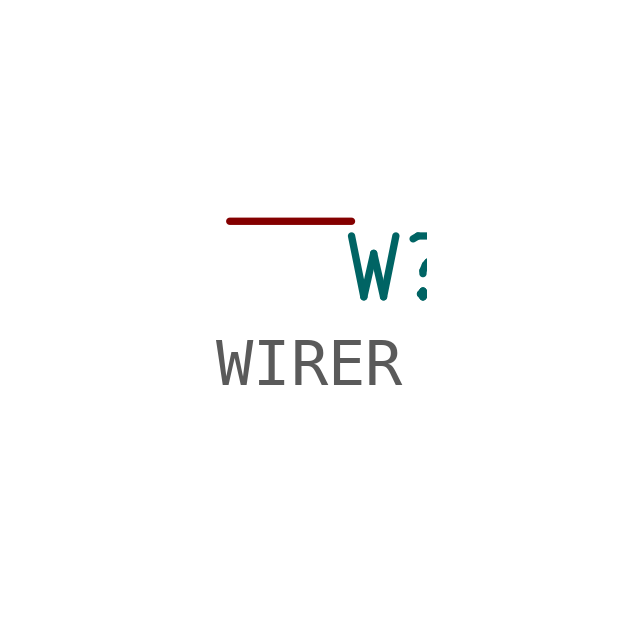
<source format=kicad_sym>
(kicad_symbol_lib
  (version 20211014)
  (generator kicad_symbol_editor)
  (symbol "WIRER"
    (property "Reference" "W"
      (at 2.286 -0.254 0)
      (effects (font (size 1.27 1.079)) (justify left top)))
    (property "ki_locked" ""
      (at 0 0 0)
      (effects (font (size 1.27 1.27))))
    (symbol "WIRER_1_0"
      (pin bidirectional line (at 0 0 0) (length 2.54) (name "P$1" (effects (font (size 0 0)))) (number "P$1" (effects (font (size 0 0))))))))
</source>
